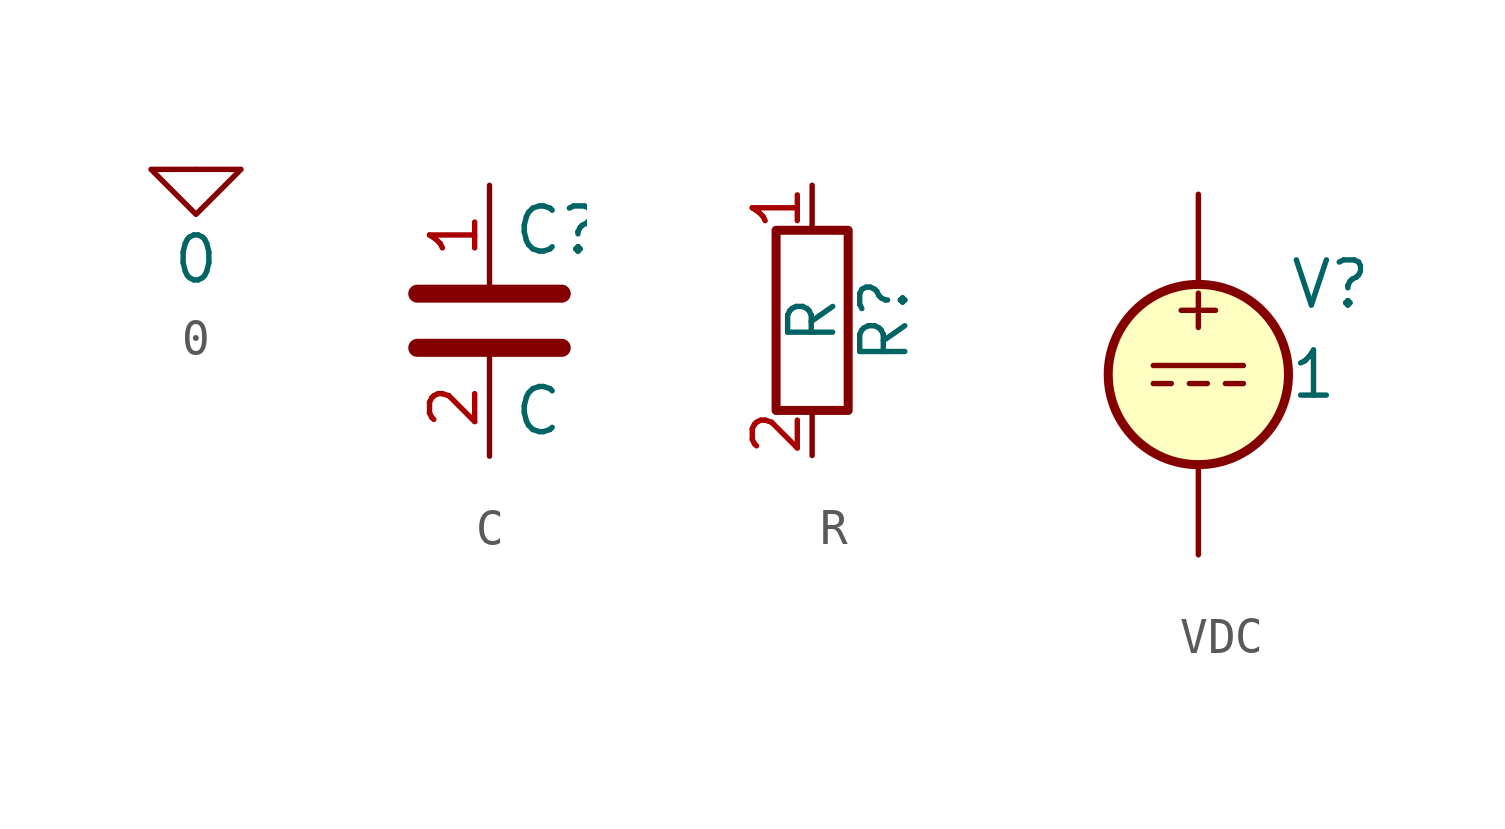
<source format=kicad_sym>
(kicad_symbol_lib
  (version 20231120)
  (generator "kicad_symbol_editor")
  (generator_version "8.0")
  (symbol "0"
    (power)
    (pin_numbers hide)
    (pin_names
      (offset 0) hide)
    (property "Reference" "#GND"
      (at 0 -5.08 0)
      (effects (font (size 1.27 1.27)) (hide yes)))
    (property "Value" "0"
      (at 0 -2.54 0)
      (effects (font (size 1.27 1.27))))
    (symbol "0_0_1"
      (polyline (pts (xy -1.27 0) (xy 0 -1.27) (xy 1.27 0) (xy -1.27 0)) (stroke (width 0) (type default)) (fill (type none))))
    (symbol "0_1_1"
      (pin power_in line (at 0 0 0) (length 0) (name "~" (effects (font (size 1.016 1.016)))) (number "1" (effects (font (size 1.016 1.016)))))))
  (symbol "C"
    (pin_names
      (offset 0.254) hide)
    (property "Reference" "C"
      (at 0.635 2.54 0)
      (effects (font (size 1.27 1.27)) (justify left)))
    (property "Value" "C"
      (at 0.635 -2.54 0)
      (effects (font (size 1.27 1.27)) (justify left)))
    (symbol "C_0_1"
      (polyline (pts (xy -2.032 -0.762) (xy 2.032 -0.762)) (stroke (width 0.508) (type default)) (fill (type none)))
      (polyline (pts (xy -2.032 0.762) (xy 2.032 0.762)) (stroke (width 0.508) (type default)) (fill (type none))))
    (symbol "C_1_1"
      (pin passive line (at 0 3.81 270) (length 2.794) (name "~" (effects (font (size 1.27 1.27)))) (number "1" (effects (font (size 1.27 1.27)))))
      (pin passive line (at 0 -3.81 90) (length 2.794) (name "~" (effects (font (size 1.27 1.27)))) (number "2" (effects (font (size 1.27 1.27)))))))
  (symbol "R"
    (pin_names
      (offset 0) hide)
    (property "Reference" "R"
      (at 2.032 0 90)
      (effects (font (size 1.27 1.27))))
    (property "Value" "R"
      (at 0 0 90)
      (effects (font (size 1.27 1.27))))
    (symbol "R_0_1"
      (rectangle (start -1.016 -2.54) (end 1.016 2.54) (stroke (width 0.254) (type default)) (fill (type none))))
    (symbol "R_1_1"
      (pin passive line (at 0 3.81 270) (length 1.27) (name "~" (effects (font (size 1.27 1.27)))) (number "1" (effects (font (size 1.27 1.27)))))
      (pin passive line (at 0 -3.81 90) (length 1.27) (name "~" (effects (font (size 1.27 1.27)))) (number "2" (effects (font (size 1.27 1.27)))))))
  (symbol "VDC"
    (pin_numbers hide)
    (pin_names
      (offset 0.025))
    (property "Reference" "V"
      (at 2.54 2.54 0)
      (effects (font (size 1.27 1.27)) (justify left)))
    (property "Value" "1"
      (at 2.54 0 0)
      (effects (font (size 1.27 1.27)) (justify left)))
    (symbol "VDC_0_0"
      (polyline (pts (xy -1.27 0.254) (xy 1.27 0.254)) (stroke (width 0) (type default)) (fill (type none)))
      (polyline (pts (xy -0.762 -0.254) (xy -1.27 -0.254)) (stroke (width 0) (type default)) (fill (type none)))
      (polyline (pts (xy 0.254 -0.254) (xy -0.254 -0.254)) (stroke (width 0) (type default)) (fill (type none)))
      (polyline (pts (xy 1.27 -0.254) (xy 0.762 -0.254)) (stroke (width 0) (type default)) (fill (type none)))
      (text "+" (at 0 1.905 0) (effects (font (size 1.27 1.27)))))
    (symbol "VDC_0_1"
      (circle (center 0 0) (radius 2.54) (stroke (width 0.254) (type default)) (fill (type background))))
    (symbol "VDC_1_1"
      (pin passive line (at 0 5.08 270) (length 2.54) (name "~" (effects (font (size 1.27 1.27)))) (number "1" (effects (font (size 1.27 1.27)))))
      (pin passive line (at 0 -5.08 90) (length 2.54) (name "~" (effects (font (size 1.27 1.27)))) (number "2" (effects (font (size 1.27 1.27))))))))
</source>
